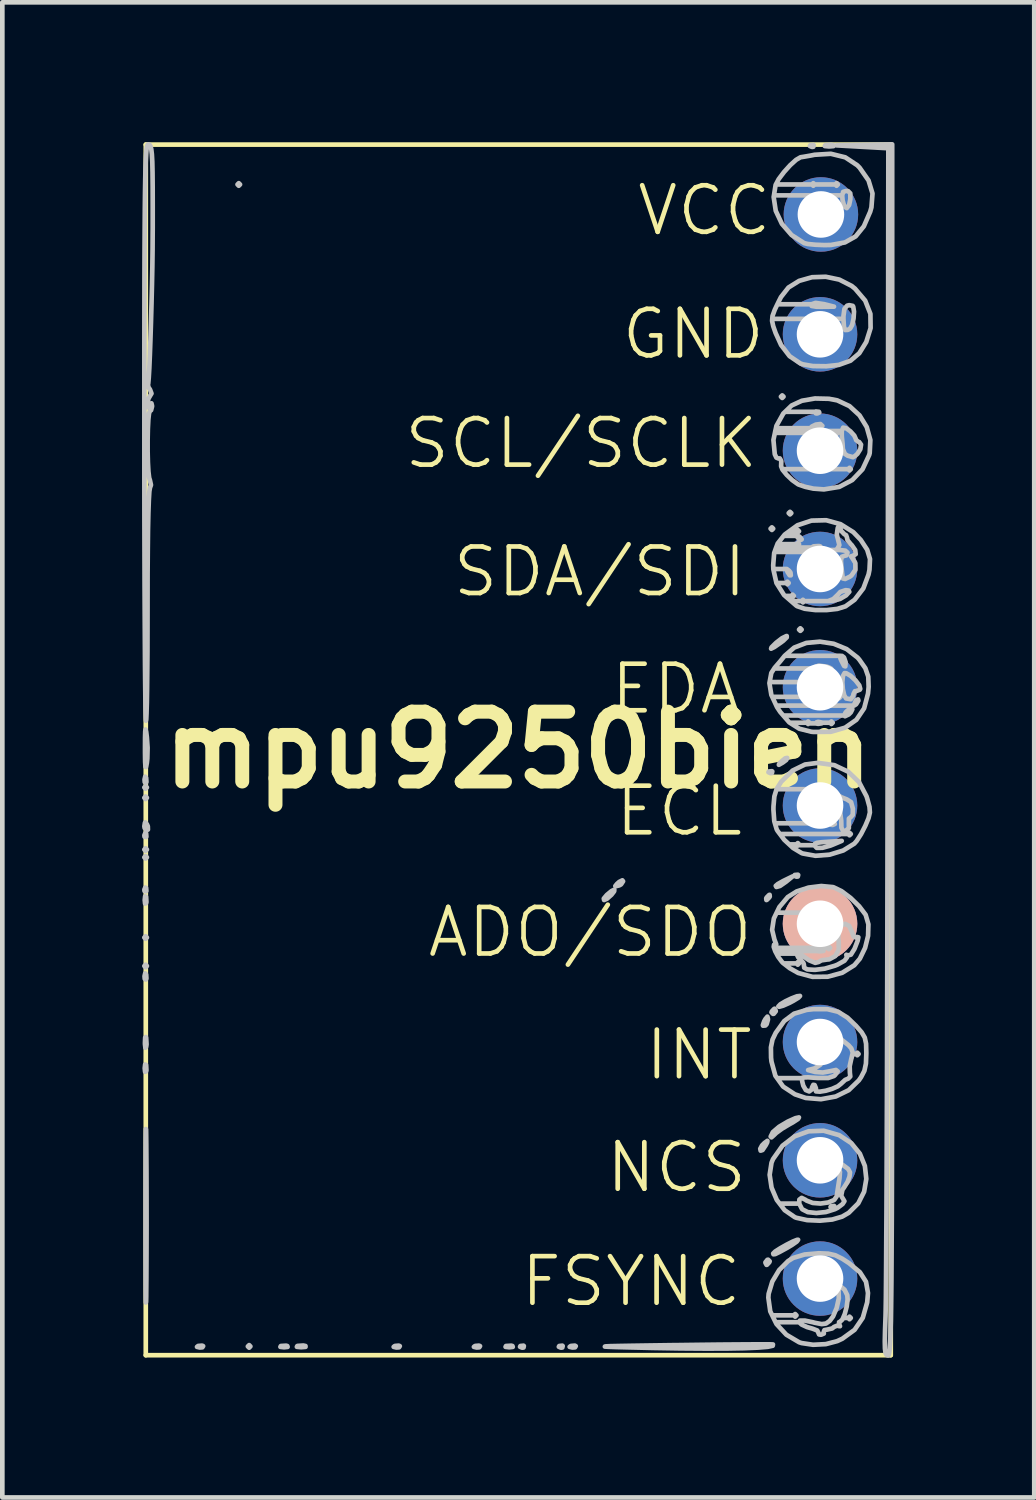
<source format=kicad_pcb>
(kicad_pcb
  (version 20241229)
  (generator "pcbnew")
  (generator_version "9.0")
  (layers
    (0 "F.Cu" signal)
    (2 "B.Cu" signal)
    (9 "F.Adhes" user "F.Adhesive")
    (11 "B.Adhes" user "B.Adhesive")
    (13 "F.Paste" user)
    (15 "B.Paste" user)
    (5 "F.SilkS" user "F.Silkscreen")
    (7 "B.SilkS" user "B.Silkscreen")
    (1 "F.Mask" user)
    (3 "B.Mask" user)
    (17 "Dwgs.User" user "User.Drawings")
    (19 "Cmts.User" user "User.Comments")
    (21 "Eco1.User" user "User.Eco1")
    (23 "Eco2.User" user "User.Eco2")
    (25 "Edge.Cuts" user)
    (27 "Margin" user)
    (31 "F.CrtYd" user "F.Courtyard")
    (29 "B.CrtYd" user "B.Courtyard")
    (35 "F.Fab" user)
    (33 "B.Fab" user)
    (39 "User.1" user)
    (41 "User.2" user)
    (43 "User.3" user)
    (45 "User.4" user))
  (footprint "mpu9250bien"
    (layer "F.Cu")
    (at 8.081 13.056)
    (property "Reference" "mpu9250bien" (at 0 0 0) (layer "F.SilkS") (effects (font (size 1.5 1.5) (thickness 0.3))))
    (attr board_only exclude_from_pos_files exclude_from_bom)
    (fp_line (start -8 -13) (end -8 13) (stroke (width 0.1) (type default)) (layer "F.SilkS"))
    (fp_line (start -8 13) (end 8 13) (stroke (width 0.1) (type default)) (layer "F.SilkS"))
    (fp_line (start 8 -13) (end -8 -13) (stroke (width 0.1) (type default)) (layer "F.SilkS"))
    (fp_line (start 8 13) (end 8 -13) (stroke (width 0.1) (type default)) (layer "F.SilkS"))
    (fp_poly (pts (xy -7.976 0.806) (xy -8.004 0.834) (xy -8.031 0.806) (xy -8.004 0.778)) (stroke (width 0.1) (type solid)) (fill no) (layer "Dwgs.User"))
    (fp_poly (pts (xy -7.976 1.028) (xy -8.004 1.056) (xy -8.031 1.028) (xy -8.004 1)) (stroke (width 0.1) (type solid)) (fill no) (layer "Dwgs.User"))
    (fp_poly (pts (xy -7.976 2.14) (xy -8.004 2.168) (xy -8.031 2.14) (xy -8.004 2.112)) (stroke (width 0.1) (type solid)) (fill no) (layer "Dwgs.User"))
    (fp_poly (pts (xy -7.976 2.307) (xy -8.004 2.334) (xy -8.031 2.307) (xy -8.004 2.279)) (stroke (width 0.1) (type solid)) (fill no) (layer "Dwgs.User"))
    (fp_poly (pts (xy -7.976 4.03) (xy -8.004 4.057) (xy -8.031 4.03) (xy -8.004 4.002)) (stroke (width 0.1) (type solid)) (fill no) (layer "Dwgs.User"))
    (fp_poly (pts (xy -7.976 4.641) (xy -8.004 4.669) (xy -8.031 4.641) (xy -8.004 4.613)) (stroke (width 0.1) (type solid)) (fill no) (layer "Dwgs.User"))
    (fp_poly (pts (xy -5.975 -12.144) (xy -6.003 -12.116) (xy -6.03 -12.144) (xy -6.003 -12.172)) (stroke (width 0.1) (type solid)) (fill no) (layer "Dwgs.User"))
    (fp_poly (pts (xy -5.753 12.811) (xy -5.78 12.839) (xy -5.808 12.811) (xy -5.78 12.783)) (stroke (width 0.1) (type solid)) (fill no) (layer "Dwgs.User"))
    (fp_poly (pts (xy 5.475 -4.752) (xy 5.447 -4.724) (xy 5.419 -4.752) (xy 5.447 -4.78)) (stroke (width 0.1) (type solid)) (fill no) (layer "Dwgs.User"))
    (fp_poly (pts (xy 5.697 -7.587) (xy 5.669 -7.559) (xy 5.641 -7.587) (xy 5.669 -7.614)) (stroke (width 0.1) (type solid)) (fill no) (layer "Dwgs.User"))
    (fp_poly (pts (xy 5.864 -5.086) (xy 5.836 -5.058) (xy 5.808 -5.086) (xy 5.836 -5.113)) (stroke (width 0.1) (type solid)) (fill no) (layer "Dwgs.User"))
    (fp_poly (pts (xy 6.086 -2.584) (xy 6.058 -2.557) (xy 6.03 -2.584) (xy 6.058 -2.612)) (stroke (width 0.1) (type solid)) (fill no) (layer "Dwgs.User"))
    (fp_poly (pts (xy -7.994 3.154) (xy -7.987 3.268) (xy -7.994 3.293) (xy -8.015 3.3) (xy -8.023 3.224) (xy -8.014 3.145)) (stroke (width 0.1) (type solid)) (fill no) (layer "Dwgs.User"))
    (fp_poly (pts (xy -7.994 6.767) (xy -7.987 6.881) (xy -7.994 6.906) (xy -8.015 6.913) (xy -8.023 6.836) (xy -8.014 6.757)) (stroke (width 0.1) (type solid)) (fill no) (layer "Dwgs.User"))
    (fp_poly (pts (xy -7.994 1.797) (xy -7.988 1.863) (xy -7.994 1.871) (xy -8.027 1.864) (xy -8.031 1.834) (xy -8.011 1.788)) (stroke (width 0.1) (type solid)) (fill no) (layer "Dwgs.User"))
    (fp_poly (pts (xy -7.994 2.964) (xy -7.988 3.03) (xy -7.994 3.038) (xy -8.027 3.031) (xy -8.031 3.001) (xy -8.011 2.956)) (stroke (width 0.1) (type solid)) (fill no) (layer "Dwgs.User"))
    (fp_poly (pts (xy -7.993 0.601) (xy -7.987 0.688) (xy -7.998 0.707) (xy -8.023 0.691) (xy -8.027 0.635) (xy -8.013 0.575)) (stroke (width 0.1) (type solid)) (fill no) (layer "Dwgs.User"))
    (fp_poly (pts (xy -7.993 4.825) (xy -7.987 4.912) (xy -7.998 4.932) (xy -8.023 4.915) (xy -8.027 4.859) (xy -8.013 4.799)) (stroke (width 0.1) (type solid)) (fill no) (layer "Dwgs.User"))
    (fp_poly (pts (xy -6.768 12.805) (xy -6.785 12.831) (xy -6.841 12.835) (xy -6.9 12.821) (xy -6.875 12.801) (xy -6.788 12.794)) (stroke (width 0.1) (type solid)) (fill no) (layer "Dwgs.User"))
    (fp_poly (pts (xy -4.961 12.802) (xy -4.954 12.822) (xy -5.03 12.83) (xy -5.109 12.821) (xy -5.099 12.802) (xy -4.986 12.795)) (stroke (width 0.1) (type solid)) (fill no) (layer "Dwgs.User"))
    (fp_poly (pts (xy -2.544 12.805) (xy -2.561 12.831) (xy -2.617 12.835) (xy -2.676 12.821) (xy -2.65 12.801) (xy -2.564 12.794)) (stroke (width 0.1) (type solid)) (fill no) (layer "Dwgs.User"))
    (fp_poly (pts (xy -0.821 12.805) (xy -0.838 12.831) (xy -0.894 12.835) (xy -0.953 12.821) (xy -0.927 12.801) (xy -0.841 12.794)) (stroke (width 0.1) (type solid)) (fill no) (layer "Dwgs.User"))
    (fp_poly (pts (xy -0.125 12.802) (xy -0.118 12.822) (xy -0.195 12.83) (xy -0.273 12.821) (xy -0.264 12.802) (xy -0.15 12.795)) (stroke (width 0.1) (type solid)) (fill no) (layer "Dwgs.User"))
    (fp_poly (pts (xy 0.12 12.802) (xy 0.113 12.835) (xy 0.083 12.839) (xy 0.038 12.819) (xy 0.046 12.802) (xy 0.112 12.795)) (stroke (width 0.1) (type solid)) (fill no) (layer "Dwgs.User"))
    (fp_poly (pts (xy 0.954 12.802) (xy 0.946 12.835) (xy 0.917 12.839) (xy 0.871 12.819) (xy 0.88 12.802) (xy 0.946 12.795)) (stroke (width 0.1) (type solid)) (fill no) (layer "Dwgs.User"))
    (fp_poly (pts (xy 1.235 12.805) (xy 1.219 12.831) (xy 1.163 12.835) (xy 1.103 12.821) (xy 1.129 12.801) (xy 1.216 12.794)) (stroke (width 0.1) (type solid)) (fill no) (layer "Dwgs.User"))
    (fp_poly (pts (xy 5.456 0.463) (xy 5.448 0.496) (xy 5.419 0.5) (xy 5.373 0.48) (xy 5.382 0.463) (xy 5.448 0.457)) (stroke (width 0.1) (type solid)) (fill no) (layer "Dwgs.User"))
    (fp_poly (pts (xy 6.012 2.686) (xy 6.004 2.719) (xy 5.975 2.723) (xy 5.929 2.703) (xy 5.938 2.686) (xy 6.004 2.68)) (stroke (width 0.1) (type solid)) (fill no) (layer "Dwgs.User"))
    (fp_poly (pts (xy 6.345 -12.987) (xy 6.338 -12.954) (xy 6.308 -12.95) (xy 6.263 -12.97) (xy 6.271 -12.987) (xy 6.337 -12.994)) (stroke (width 0.1) (type solid)) (fill no) (layer "Dwgs.User"))
    (fp_poly (pts (xy 6.79 9.801) (xy 6.782 9.834) (xy 6.753 9.838) (xy 6.707 9.817) (xy 6.716 9.801) (xy 6.782 9.794)) (stroke (width 0.1) (type solid)) (fill no) (layer "Dwgs.User"))
    (fp_poly (pts (xy 5.756 0.216) (xy 5.681 0.272) (xy 5.597 0.32) (xy 5.601 0.302) (xy 5.654 0.246) (xy 5.735 0.179) (xy 5.776 0.172)) (stroke (width 0.1) (type solid)) (fill no) (layer "Dwgs.User"))
    (fp_poly (pts (xy -7.993 6.183) (xy -7.984 6.324) (xy -7.993 6.378) (xy -8.009 6.395) (xy -8.018 6.318) (xy -8.018 6.281) (xy -8.013 6.179) (xy -7.998 6.167)) (stroke (width 0.1) (type solid)) (fill no) (layer "Dwgs.User"))
    (fp_poly (pts (xy -7.974 1.6) (xy -7.956 1.64) (xy -7.954 1.711) (xy -7.977 1.723) (xy -8.025 1.678) (xy -8.031 1.64) (xy -8.019 1.565) (xy -8.009 1.556)) (stroke (width 0.1) (type solid)) (fill no) (layer "Dwgs.User"))
    (fp_poly (pts (xy -4.57 12.802) (xy -4.569 12.821) (xy -4.656 12.828) (xy -4.669 12.828) (xy -4.755 12.82) (xy -4.747 12.803) (xy -4.737 12.8) (xy -4.616 12.792)) (stroke (width 0.1) (type solid)) (fill no) (layer "Dwgs.User"))
    (fp_poly (pts (xy 2.251 2.822) (xy 2.207 2.889) (xy 2.168 2.91) (xy 2.095 2.928) (xy 2.084 2.923) (xy 2.121 2.877) (xy 2.168 2.835) (xy 2.235 2.801)) (stroke (width 0.1) (type solid)) (fill no) (layer "Dwgs.User"))
    (fp_poly (pts (xy 5.347 8.428) (xy 5.315 8.49) (xy 5.246 8.594) (xy 5.205 8.607) (xy 5.197 8.566) (xy 5.235 8.495) (xy 5.289 8.441) (xy 5.351 8.396)) (stroke (width 0.1) (type solid)) (fill no) (layer "Dwgs.User"))
    (fp_poly (pts (xy 5.4 10.983) (xy 5.391 11.005) (xy 5.341 11.058) (xy 5.332 11.06) (xy 5.309 11.017) (xy 5.308 11.005) (xy 5.351 10.951) (xy 5.367 10.949)) (stroke (width 0.1) (type solid)) (fill no) (layer "Dwgs.User"))
    (fp_poly (pts (xy 5.402 3.148) (xy 5.391 3.168) (xy 5.339 3.221) (xy 5.329 3.224) (xy 5.325 3.188) (xy 5.336 3.168) (xy 5.388 3.115) (xy 5.398 3.112)) (stroke (width 0.1) (type solid)) (fill no) (layer "Dwgs.User"))
    (fp_poly (pts (xy 5.53 5.601) (xy 5.53 5.614) (xy 5.487 5.667) (xy 5.471 5.669) (xy 5.438 5.635) (xy 5.447 5.614) (xy 5.497 5.561) (xy 5.506 5.558)) (stroke (width 0.1) (type solid)) (fill no) (layer "Dwgs.User"))
    (fp_poly (pts (xy 5.753 2.83) (xy 5.621 2.922) (xy 5.544 2.944) (xy 5.53 2.919) (xy 5.575 2.88) (xy 5.685 2.818) (xy 5.711 2.805) (xy 5.891 2.717)) (stroke (width 0.1) (type solid)) (fill no) (layer "Dwgs.User"))
    (fp_poly (pts (xy 6.768 -12.987) (xy 6.77 -12.968) (xy 6.683 -12.961) (xy 6.67 -12.961) (xy 6.583 -12.969) (xy 6.592 -12.986) (xy 6.601 -12.989) (xy 6.722 -12.997)) (stroke (width 0.1) (type solid)) (fill no) (layer "Dwgs.User"))
    (fp_poly (pts (xy 2.06 3.036) (xy 2.001 3.112) (xy 1.906 3.196) (xy 1.843 3.224) (xy 1.837 3.192) (xy 1.9 3.117) (xy 1.905 3.112) (xy 2.002 3.032) (xy 2.063 3.001)) (stroke (width 0.1) (type solid)) (fill no) (layer "Dwgs.User"))
    (fp_poly (pts (xy 5.362 5.778) (xy 5.363 5.791) (xy 5.334 5.891) (xy 5.308 5.919) (xy 5.257 5.923) (xy 5.253 5.909) (xy 5.281 5.828) (xy 5.308 5.78) (xy 5.351 5.728)) (stroke (width 0.1) (type solid)) (fill no) (layer "Dwgs.User"))
    (fp_poly (pts (xy 5.766 -2.417) (xy 5.693 -2.346) (xy 5.641 -2.307) (xy 5.5 -2.209) (xy 5.43 -2.174) (xy 5.438 -2.202) (xy 5.531 -2.294) (xy 5.547 -2.308) (xy 5.665 -2.399) (xy 5.756 -2.444) (xy 5.766 -2.446)) (stroke (width 0.1) (type solid)) (fill no) (layer "Dwgs.User"))
    (fp_poly (pts (xy 6.051 5.285) (xy 6.018 5.321) (xy 5.912 5.386) (xy 5.828 5.431) (xy 5.689 5.493) (xy 5.602 5.517) (xy 5.586 5.509) (xy 5.63 5.463) (xy 5.738 5.399) (xy 5.87 5.336) (xy 5.987 5.291) (xy 6.05 5.284)) (stroke (width 0.1) (type solid)) (fill no) (layer "Dwgs.User"))
    (fp_poly (pts (xy -7.992 -0.386) (xy -7.977 -0.276) (xy -7.961 -0.046) (xy -7.967 0.186) (xy -7.977 0.28) (xy -7.995 0.367) (xy -8.007 0.362) (xy -8.014 0.26) (xy -8.017 0.054) (xy -8.017 -0.028) (xy -8.016 -0.266) (xy -8.012 -0.4) (xy -8.005 -0.438)) (stroke (width 0.1) (type solid)) (fill no) (layer "Dwgs.User"))
    (fp_poly (pts (xy 5.981 10.56) (xy 5.878 10.632) (xy 5.776 10.693) (xy 5.61 10.784) (xy 5.519 10.828) (xy 5.481 10.833) (xy 5.475 10.816) (xy 5.518 10.773) (xy 5.626 10.704) (xy 5.764 10.626) (xy 5.896 10.559) (xy 5.989 10.522) (xy 6.01 10.521)) (stroke (width 0.1) (type solid)) (fill no) (layer "Dwgs.User"))
    (fp_poly (pts (xy 6.009 7.927) (xy 5.892 8.003) (xy 5.833 8.035) (xy 5.668 8.133) (xy 5.538 8.228) (xy 5.493 8.272) (xy 5.438 8.321) (xy 5.421 8.304) (xy 5.468 8.208) (xy 5.603 8.093) (xy 5.791 7.982) (xy 5.954 7.909) (xy 6.028 7.893)) (stroke (width 0.1) (type solid)) (fill no) (layer "Dwgs.User"))
    (fp_poly (pts (xy -7.995 8.151) (xy -7.993 8.261) (xy -7.99 8.478) (xy -7.99 8.49) (xy -7.986 9.006) (xy -7.984 9.591) (xy -7.983 10.204) (xy -7.985 10.804) (xy -7.988 11.349) (xy -7.99 11.519) (xy -7.992 11.74) (xy -7.995 11.855) (xy -7.998 11.867) (xy -8 11.781) (xy -8.002 11.601) (xy -8.003 11.331) (xy -8.004 10.976) (xy -8.005 10.54) (xy -8.005 10.027) (xy -8.005 10.004) (xy -8.005 9.488) (xy -8.004 9.049) (xy -8.003 8.691) (xy -8.002 8.417) (xy -8 8.233) (xy -7.998 8.143)) (stroke (width 0.1) (type solid)) (fill no) (layer "Dwgs.User"))
    (fp_poly (pts (xy 5.415 12.767) (xy 5.47 12.769) (xy 5.465 12.797) (xy 5.357 12.82) (xy 5.15 12.837) (xy 4.852 12.85) (xy 4.469 12.857) (xy 4.009 12.858) (xy 3.477 12.854) (xy 2.881 12.844) (xy 2.64 12.838) (xy 2.332 12.831) (xy 2.097 12.825) (xy 1.938 12.819) (xy 1.86 12.815) (xy 1.867 12.811) (xy 1.964 12.806) (xy 2.153 12.802) (xy 2.44 12.797) (xy 2.829 12.791) (xy 3.325 12.784) (xy 3.446 12.783) (xy 3.906 12.777) (xy 4.331 12.772) (xy 4.706 12.769) (xy 5.02 12.767) (xy 5.261 12.766)) (stroke (width 0.1) (type solid)) (fill no) (layer "Dwgs.User"))
    (fp_poly (pts (xy 6.895 -10.101) (xy 7.157 -9.967) (xy 7.231 -9.908) (xy 7.451 -9.65) (xy 7.563 -9.365) (xy 7.567 -9.059) (xy 7.474 -8.762) (xy 7.324 -8.519) (xy 7.135 -8.359) (xy 6.884 -8.269) (xy 6.614 -8.24) (xy 6.328 -8.244) (xy 6.113 -8.281) (xy 6.058 -8.301) (xy 5.827 -8.457) (xy 5.645 -8.695) (xy 5.527 -8.954) (xy 5.475 -9.103) (xy 5.451 -9.215) (xy 5.46 -9.318) (xy 6.984 -9.318) (xy 6.984 -9.257) (xy 6.994 -9.091) (xy 7.021 -9.018) (xy 7.078 -9.021) (xy 7.126 -9.048) (xy 7.171 -9.127) (xy 7.201 -9.266) (xy 7.211 -9.414) (xy 7.194 -9.521) (xy 7.183 -9.537) (xy 7.107 -9.552) (xy 7.063 -9.541) (xy 7.005 -9.473) (xy 6.984 -9.318) (xy 5.46 -9.318) (xy 5.46 -9.32) (xy 5.508 -9.451) (xy 5.565 -9.571) (xy 6.297 -9.571) (xy 6.3 -9.535) (xy 6.404 -9.518) (xy 6.51 -9.517) (xy 6.781 -9.52) (xy 6.568 -9.574) (xy 6.386 -9.601) (xy 6.297 -9.571) (xy 5.565 -9.571) (xy 5.598 -9.639) (xy 5.642 -9.726) (xy 5.803 -9.931) (xy 6.033 -10.074) (xy 6.308 -10.152) (xy 6.604 -10.162)) (stroke (width 0.1) (type solid)) (fill no) (layer "Dwgs.User"))
    (fp_poly (pts (xy 8.031 0) (xy 8.031 1.425) (xy 8.031 2.743) (xy 8.031 3.958) (xy 8.03 5.074) (xy 8.03 6.095) (xy 8.029 7.026) (xy 8.028 7.871) (xy 8.026 8.633) (xy 8.025 9.318) (xy 8.023 9.928) (xy 8.02 10.468) (xy 8.017 10.942) (xy 8.014 11.355) (xy 8.01 11.71) (xy 8.006 12.012) (xy 8.002 12.265) (xy 7.996 12.472) (xy 7.991 12.638) (xy 7.984 12.768) (xy 7.978 12.864) (xy 7.97 12.932) (xy 7.962 12.976) (xy 7.953 12.999) (xy 7.943 13.006) (xy 7.943 13.006) (xy 7.91 12.995) (xy 7.887 12.952) (xy 7.875 12.86) (xy 7.872 12.705) (xy 7.877 12.469) (xy 7.888 12.158) (xy 7.891 12.021) (xy 7.895 11.779) (xy 7.898 11.436) (xy 7.901 10.999) (xy 7.904 10.473) (xy 7.908 9.863) (xy 7.911 9.175) (xy 7.914 8.415) (xy 7.917 7.587) (xy 7.92 6.699) (xy 7.922 5.754) (xy 7.925 4.759) (xy 7.927 3.718) (xy 7.929 2.639) (xy 7.931 1.525) (xy 7.933 0.384) (xy 7.935 -0.781) (xy 7.935 -0.806) (xy 7.948 -12.922) (xy 7.392 -12.953) (xy 6.836 -12.984) (xy 7.434 -12.995) (xy 8.031 -13.006)) (stroke (width 0.1) (type solid)) (fill no) (layer "Dwgs.User"))
    (fp_poly (pts (xy 7.023 -12.727) (xy 7.281 -12.556) (xy 7.331 -12.505) (xy 7.523 -12.23) (xy 7.608 -11.95) (xy 7.585 -11.653) (xy 7.559 -11.56) (xy 7.422 -11.246) (xy 7.246 -11.029) (xy 7.015 -10.899) (xy 6.715 -10.845) (xy 6.575 -10.842) (xy 6.377 -10.85) (xy 6.217 -10.866) (xy 6.142 -10.884) (xy 5.869 -11.059) (xy 5.662 -11.298) (xy 5.53 -11.578) (xy 5.485 -11.875) (xy 5.491 -11.91) (xy 6.957 -11.91) (xy 6.965 -11.808) (xy 7.002 -11.671) (xy 7.055 -11.637) (xy 7.106 -11.703) (xy 7.132 -11.829) (xy 7.131 -11.954) (xy 7.084 -12.001) (xy 7.046 -12.005) (xy 6.978 -11.986) (xy 6.957 -11.91) (xy 5.491 -11.91) (xy 5.527 -12.135) (xy 5.532 -12.144) (xy 6.308 -12.144) (xy 6.336 -12.116) (xy 6.364 -12.144) (xy 6.809 -12.144) (xy 6.836 -12.116) (xy 6.864 -12.144) (xy 6.836 -12.172) (xy 6.809 -12.144) (xy 6.364 -12.144) (xy 6.336 -12.172) (xy 6.308 -12.144) (xy 5.532 -12.144) (xy 5.593 -12.259) (xy 5.706 -12.409) (xy 5.839 -12.557) (xy 5.967 -12.673) (xy 6.063 -12.729) (xy 6.072 -12.73) (xy 6.148 -12.742) (xy 6.29 -12.767) (xy 6.364 -12.782) (xy 6.714 -12.803)) (stroke (width 0.1) (type solid)) (fill no) (layer "Dwgs.User"))
    (fp_poly (pts (xy 6.89 8.273) (xy 6.894 8.275) (xy 7.153 8.445) (xy 7.337 8.672) (xy 7.444 8.935) (xy 7.475 9.214) (xy 7.428 9.488) (xy 7.302 9.738) (xy 7.097 9.942) (xy 6.956 10.024) (xy 6.744 10.086) (xy 6.477 10.111) (xy 6.204 10.099) (xy 5.974 10.049) (xy 5.94 10.036) (xy 5.722 9.886) (xy 5.613 9.744) (xy 6.034 9.744) (xy 6.089 9.852) (xy 6.1 9.866) (xy 6.218 9.927) (xy 6.4 9.946) (xy 6.606 9.925) (xy 6.8 9.864) (xy 6.86 9.833) (xy 6.966 9.753) (xy 7.005 9.692) (xy 6.998 9.68) (xy 6.935 9.576) (xy 6.962 9.447) (xy 6.996 9.4) (xy 7.073 9.275) (xy 7.114 9.164) (xy 7.124 9.073) (xy 7.085 9) (xy 6.977 8.919) (xy 6.894 8.869) (xy 6.738 8.789) (xy 6.615 8.747) (xy 6.57 8.746) (xy 6.545 8.771) (xy 6.586 8.779) (xy 6.687 8.817) (xy 6.801 8.895) (xy 6.879 8.974) (xy 6.909 9.062) (xy 6.899 9.202) (xy 6.888 9.268) (xy 6.862 9.435) (xy 6.844 9.556) (xy 6.84 9.586) (xy 6.785 9.666) (xy 6.656 9.72) (xy 6.491 9.743) (xy 6.323 9.73) (xy 6.191 9.679) (xy 6.172 9.664) (xy 6.086 9.621) (xy 6.037 9.658) (xy 6.034 9.744) (xy 5.613 9.744) (xy 5.552 9.665) (xy 5.44 9.401) (xy 5.399 9.125) (xy 5.439 8.866) (xy 5.471 8.789) (xy 5.674 8.501) (xy 5.935 8.3) (xy 6.235 8.191) (xy 6.559 8.179)) (stroke (width 0.1) (type solid)) (fill no) (layer "Dwgs.User"))
    (fp_poly (pts (xy 6.657 10.819) (xy 6.808 10.853) (xy 6.959 10.928) (xy 7.108 11.026) (xy 7.338 11.218) (xy 7.468 11.422) (xy 7.511 11.663) (xy 7.494 11.864) (xy 7.399 12.197) (xy 7.223 12.455) (xy 6.96 12.646) (xy 6.851 12.697) (xy 6.606 12.762) (xy 6.332 12.776) (xy 6.084 12.739) (xy 6.032 12.722) (xy 5.758 12.56) (xy 5.546 12.331) (xy 5.526 12.291) (xy 6.029 12.291) (xy 6.088 12.343) (xy 6.203 12.396) (xy 6.321 12.43) (xy 6.421 12.469) (xy 6.443 12.512) (xy 6.46 12.554) (xy 6.503 12.561) (xy 6.563 12.535) (xy 6.558 12.505) (xy 6.575 12.461) (xy 6.635 12.45) (xy 6.743 12.425) (xy 6.781 12.393) (xy 6.851 12.364) (xy 6.877 12.374) (xy 6.91 12.377) (xy 6.897 12.347) (xy 6.889 12.29) (xy 6.908 12.283) (xy 6.961 12.234) (xy 6.976 12.2) (xy 7.086 12.2) (xy 7.114 12.228) (xy 7.142 12.2) (xy 7.114 12.172) (xy 7.086 12.2) (xy 6.976 12.2) (xy 7.013 12.112) (xy 7.054 11.956) (xy 7.073 11.803) (xy 7.066 11.711) (xy 7.007 11.592) (xy 6.941 11.538) (xy 6.877 11.534) (xy 6.879 11.61) (xy 6.88 11.614) (xy 6.884 11.78) (xy 6.839 11.982) (xy 6.761 12.167) (xy 6.689 12.263) (xy 6.609 12.32) (xy 6.517 12.332) (xy 6.371 12.304) (xy 6.326 12.292) (xy 6.152 12.256) (xy 6.049 12.257) (xy 6.029 12.291) (xy 5.526 12.291) (xy 5.454 12.144) (xy 5.919 12.144) (xy 5.947 12.172) (xy 5.975 12.144) (xy 5.947 12.116) (xy 5.919 12.144) (xy 5.454 12.144) (xy 5.412 12.058) (xy 5.371 11.764) (xy 5.377 11.681) (xy 5.456 11.418) (xy 5.603 11.171) (xy 5.795 10.978) (xy 5.904 10.911) (xy 6.15 10.837) (xy 6.456 10.811)) (stroke (width 0.1) (type solid)) (fill no) (layer "Dwgs.User"))
    (fp_poly (pts (xy 6.673 -7.541) (xy 6.851 -7.507) (xy 7.114 -7.384) (xy 7.33 -7.185) (xy 7.484 -6.934) (xy 7.562 -6.656) (xy 7.548 -6.376) (xy 7.537 -6.334) (xy 7.393 -6.026) (xy 7.174 -5.796) (xy 6.894 -5.649) (xy 6.565 -5.595) (xy 6.336 -5.612) (xy 6.163 -5.65) (xy 6.021 -5.699) (xy 6.003 -5.709) (xy 5.884 -5.794) (xy 5.765 -5.907) (xy 5.675 -6.018) (xy 5.67 -6.03) (xy 7.086 -6.03) (xy 7.114 -6.003) (xy 7.142 -6.03) (xy 7.114 -6.058) (xy 7.086 -6.03) (xy 5.67 -6.03) (xy 5.645 -6.092) (xy 5.649 -6.206) (xy 5.617 -6.261) (xy 5.592 -6.257) (xy 5.543 -6.278) (xy 5.509 -6.351) (xy 5.48 -6.658) (xy 5.512 -6.809) (xy 6.809 -6.809) (xy 6.836 -6.781) (xy 6.864 -6.809) (xy 6.836 -6.836) (xy 6.809 -6.809) (xy 5.512 -6.809) (xy 5.52 -6.849) (xy 6.947 -6.849) (xy 6.948 -6.738) (xy 6.965 -6.575) (xy 6.971 -6.465) (xy 7.014 -6.358) (xy 7.073 -6.319) (xy 7.164 -6.294) (xy 7.188 -6.287) (xy 7.236 -6.315) (xy 7.285 -6.36) (xy 7.347 -6.459) (xy 7.362 -6.557) (xy 7.323 -6.612) (xy 7.309 -6.614) (xy 7.255 -6.656) (xy 7.253 -6.67) (xy 7.217 -6.751) (xy 7.133 -6.843) (xy 7.04 -6.91) (xy 6.977 -6.921) (xy 6.947 -6.849) (xy 5.52 -6.849) (xy 5.534 -6.91) (xy 6.272 -6.91) (xy 6.332 -6.902) (xy 6.378 -6.905) (xy 6.489 -6.927) (xy 6.531 -6.96) (xy 6.489 -6.999) (xy 6.391 -6.987) (xy 6.308 -6.947) (xy 6.272 -6.91) (xy 5.534 -6.91) (xy 5.544 -6.959) (xy 5.692 -7.225) (xy 5.731 -7.262) (xy 6.382 -7.262) (xy 6.39 -7.229) (xy 6.419 -7.225) (xy 6.465 -7.246) (xy 6.457 -7.262) (xy 6.391 -7.269) (xy 6.382 -7.262) (xy 5.731 -7.262) (xy 5.871 -7.397) (xy 6.091 -7.499) (xy 6.372 -7.548)) (stroke (width 0.1) (type solid)) (fill no) (layer "Dwgs.User"))
    (fp_poly (pts (xy -7.921 -12.998) (xy -7.899 -12.967) (xy -7.882 -12.902) (xy -7.869 -12.793) (xy -7.86 -12.629) (xy -7.855 -12.399) (xy -7.852 -12.092) (xy -7.851 -11.698) (xy -7.851 -11.206) (xy -7.852 -11.088) (xy -7.854 -10.755) (xy -7.859 -10.383) (xy -7.867 -9.988) (xy -7.877 -9.584) (xy -7.888 -9.188) (xy -7.9 -8.815) (xy -7.912 -8.481) (xy -7.924 -8.201) (xy -7.936 -7.992) (xy -7.947 -7.868) (xy -7.953 -7.842) (xy -7.941 -7.787) (xy -7.909 -7.74) (xy -7.877 -7.655) (xy -7.896 -7.624) (xy -7.942 -7.545) (xy -7.964 -7.448) (xy -7.968 -7.359) (xy -7.941 -7.369) (xy -7.923 -7.392) (xy -7.878 -7.444) (xy -7.866 -7.393) (xy -7.865 -7.378) (xy -7.886 -7.296) (xy -7.91 -7.281) (xy -7.93 -7.23) (xy -7.945 -7.092) (xy -7.955 -6.893) (xy -7.96 -6.657) (xy -7.96 -6.409) (xy -7.954 -6.174) (xy -7.943 -5.977) (xy -7.927 -5.843) (xy -7.912 -5.798) (xy -7.888 -5.689) (xy -7.91 -5.631) (xy -7.923 -5.552) (xy -7.934 -5.369) (xy -7.944 -5.092) (xy -7.952 -4.729) (xy -7.957 -4.287) (xy -7.961 -3.776) (xy -7.962 -3.203) (xy -7.962 -3.097) (xy -7.963 -2.587) (xy -7.964 -2.113) (xy -7.968 -1.684) (xy -7.972 -1.312) (xy -7.977 -1.01) (xy -7.984 -0.788) (xy -7.991 -0.658) (xy -7.996 -0.628) (xy -8 -0.678) (xy -8.005 -0.832) (xy -8.009 -1.083) (xy -8.013 -1.424) (xy -8.017 -1.848) (xy -8.02 -2.349) (xy -8.023 -2.919) (xy -8.026 -3.551) (xy -8.028 -4.238) (xy -8.03 -4.974) (xy -8.031 -5.751) (xy -8.031 -6.562) (xy -8.031 -6.799) (xy -8.031 -7.771) (xy -8.031 -8.637) (xy -8.03 -9.405) (xy -8.029 -10.078) (xy -8.027 -10.664) (xy -8.024 -11.168) (xy -8.021 -11.596) (xy -8.017 -11.955) (xy -8.012 -12.249) (xy -8.007 -12.485) (xy -8 -12.668) (xy -7.992 -12.805) (xy -7.983 -12.901) (xy -7.973 -12.963) (xy -7.961 -12.996) (xy -7.948 -13.006) (xy -7.948 -13.006)) (stroke (width 0.1) (type solid)) (fill no) (layer "Dwgs.User"))
    (fp_poly (pts (xy 6.787 0.327) (xy 7.086 0.468) (xy 7.32 0.694) (xy 7.479 0.996) (xy 7.496 1.049) (xy 7.543 1.221) (xy 7.552 1.344) (xy 7.522 1.468) (xy 7.454 1.629) (xy 7.362 1.808) (xy 7.268 1.955) (xy 7.217 2.013) (xy 6.98 2.16) (xy 6.687 2.25) (xy 6.382 2.274) (xy 6.107 2.224) (xy 6.086 2.216) (xy 5.901 2.105) (xy 5.819 2.029) (xy 5.975 2.029) (xy 6.003 2.056) (xy 6.364 2.056) (xy 6.41 2.104) (xy 6.531 2.103) (xy 6.705 2.055) (xy 6.76 2.033) (xy 6.947 1.954) (xy 6.697 1.97) (xy 6.513 1.983) (xy 6.413 1.996) (xy 6.372 2.015) (xy 6.364 2.047) (xy 6.364 2.056) (xy 6.003 2.056) (xy 6.03 2.029) (xy 6.003 2.001) (xy 5.975 2.029) (xy 5.819 2.029) (xy 5.713 1.931) (xy 5.619 1.806) (xy 7.086 1.806) (xy 7.114 1.834) (xy 7.142 1.806) (xy 7.114 1.779) (xy 7.086 1.806) (xy 5.619 1.806) (xy 5.567 1.737) (xy 5.55 1.706) (xy 5.511 1.575) (xy 6.716 1.575) (xy 6.724 1.608) (xy 6.753 1.612) (xy 6.799 1.591) (xy 6.79 1.575) (xy 6.724 1.568) (xy 6.716 1.575) (xy 5.511 1.575) (xy 5.498 1.53) (xy 5.48 1.282) (xy 5.481 1.216) (xy 5.5 0.998) (xy 5.547 0.844) (xy 6.336 0.844) (xy 6.505 0.893) (xy 6.699 0.972) (xy 6.828 1.089) (xy 6.903 1.265) (xy 6.936 1.518) (xy 6.94 1.673) (xy 6.979 1.74) (xy 7.033 1.739) (xy 7.1 1.678) (xy 7.099 1.58) (xy 7.101 1.474) (xy 7.139 1.445) (xy 7.183 1.396) (xy 7.187 1.265) (xy 7.148 1.122) (xy 7.059 1.064) (xy 7.059 1.064) (xy 6.934 1.014) (xy 6.815 0.938) (xy 6.66 0.863) (xy 6.509 0.839) (xy 6.336 0.844) (xy 5.547 0.844) (xy 5.548 0.84) (xy 5.641 0.693) (xy 5.654 0.677) (xy 5.891 0.444) (xy 6.16 0.313) (xy 6.434 0.278)) (stroke (width 0.1) (type solid)) (fill no) (layer "Dwgs.User"))
    (fp_poly (pts (xy 6.64 5.568) (xy 6.869 5.624) (xy 7.071 5.75) (xy 7.252 5.924) (xy 7.375 6.065) (xy 7.442 6.179) (xy 7.47 6.31) (xy 7.475 6.505) (xy 7.475 6.521) (xy 7.467 6.737) (xy 7.434 6.891) (xy 7.362 7.029) (xy 7.314 7.098) (xy 7.097 7.308) (xy 6.818 7.444) (xy 6.501 7.502) (xy 6.174 7.475) (xy 5.942 7.397) (xy 5.689 7.231) (xy 5.559 7.049) (xy 6.087 7.049) (xy 6.1 7.127) (xy 6.121 7.211) (xy 6.175 7.305) (xy 6.248 7.335) (xy 6.301 7.295) (xy 6.308 7.25) (xy 6.336 7.193) (xy 6.365 7.198) (xy 6.394 7.268) (xy 6.384 7.293) (xy 6.394 7.334) (xy 6.477 7.34) (xy 6.603 7.32) (xy 6.742 7.279) (xy 6.862 7.225) (xy 6.928 7.173) (xy 7.021 7.087) (xy 7.088 7.059) (xy 7.131 7.014) (xy 7.122 6.934) (xy 7.118 6.793) (xy 7.152 6.636) (xy 7.178 6.531) (xy 7.253 6.531) (xy 7.281 6.558) (xy 7.309 6.531) (xy 7.281 6.503) (xy 7.253 6.531) (xy 7.178 6.531) (xy 7.185 6.504) (xy 7.153 6.41) (xy 7.093 6.342) (xy 6.906 6.193) (xy 6.699 6.084) (xy 6.505 6.03) (xy 6.398 6.034) (xy 6.291 6.078) (xy 6.253 6.124) (xy 6.296 6.152) (xy 6.364 6.142) (xy 6.453 6.137) (xy 6.475 6.197) (xy 6.499 6.259) (xy 6.525 6.256) (xy 6.583 6.26) (xy 6.609 6.345) (xy 6.6 6.485) (xy 6.571 6.598) (xy 6.484 6.765) (xy 6.364 6.84) (xy 6.225 6.876) (xy 6.377 6.917) (xy 6.542 6.929) (xy 6.696 6.901) (xy 6.823 6.874) (xy 6.861 6.904) (xy 6.804 6.983) (xy 6.78 7.004) (xy 6.653 7.047) (xy 6.43 7.046) (xy 6.391 7.043) (xy 6.224 7.032) (xy 6.114 7.036) (xy 6.087 7.049) (xy 5.559 7.049) (xy 5.522 6.998) (xy 5.438 6.692) (xy 5.429 6.609) (xy 5.426 6.388) (xy 5.46 6.222) (xy 5.529 6.077) (xy 5.711 5.824) (xy 5.923 5.665) (xy 6.193 5.584) (xy 6.346 5.567)) (stroke (width 0.1) (type solid)) (fill no) (layer "Dwgs.User"))
    (fp_poly (pts (xy 6.756 2.946) (xy 6.773 2.951) (xy 6.943 3.033) (xy 7.138 3.179) (xy 7.321 3.357) (xy 7.457 3.536) (xy 7.462 3.545) (xy 7.52 3.745) (xy 7.513 3.993) (xy 7.449 4.251) (xy 7.337 4.483) (xy 7.217 4.625) (xy 6.957 4.787) (xy 6.646 4.871) (xy 6.32 4.874) (xy 6.013 4.791) (xy 6.003 4.786) (xy 5.832 4.689) (xy 5.698 4.585) (xy 5.975 4.585) (xy 6.003 4.613) (xy 6.03 4.585) (xy 6.003 4.558) (xy 5.975 4.585) (xy 5.698 4.585) (xy 5.687 4.577) (xy 5.662 4.551) (xy 5.581 4.442) (xy 5.546 4.375) (xy 5.975 4.375) (xy 6.013 4.456) (xy 6.056 4.5) (xy 6.123 4.574) (xy 6.133 4.605) (xy 6.141 4.678) (xy 6.207 4.714) (xy 6.357 4.723) (xy 6.378 4.723) (xy 6.582 4.698) (xy 6.799 4.635) (xy 6.854 4.613) (xy 7.006 4.528) (xy 7.059 4.457) (xy 7.054 4.439) (xy 7.046 4.4) (xy 7.079 4.414) (xy 7.144 4.397) (xy 7.218 4.278) (xy 7.227 4.258) (xy 7.289 4.099) (xy 7.304 4.024) (xy 7.275 4.018) (xy 7.253 4.03) (xy 7.204 4.008) (xy 7.165 3.908) (xy 7.164 3.906) (xy 7.106 3.78) (xy 7.016 3.735) (xy 6.93 3.776) (xy 6.886 3.867) (xy 6.871 4.022) (xy 6.882 4.119) (xy 6.883 4.291) (xy 6.808 4.428) (xy 6.676 4.499) (xy 6.636 4.502) (xy 6.511 4.52) (xy 6.448 4.556) (xy 6.378 4.573) (xy 6.248 4.519) (xy 6.077 4.4) (xy 6.072 4.396) (xy 5.998 4.357) (xy 5.975 4.375) (xy 5.546 4.375) (xy 5.519 4.325) (xy 5.517 4.319) (xy 6.399 4.319) (xy 6.475 4.326) (xy 6.554 4.318) (xy 6.545 4.298) (xy 6.431 4.291) (xy 6.406 4.298) (xy 6.399 4.319) (xy 5.517 4.319) (xy 5.494 4.252) (xy 6.642 4.252) (xy 6.67 4.28) (xy 6.697 4.252) (xy 6.67 4.224) (xy 6.642 4.252) (xy 5.494 4.252) (xy 5.486 4.23) (xy 5.494 4.183) (xy 5.522 4.191) (xy 5.541 4.176) (xy 5.509 4.09) (xy 5.503 4.078) (xy 5.452 3.864) (xy 5.489 3.621) (xy 5.549 3.496) (xy 6.284 3.496) (xy 6.3 3.528) (xy 6.35 3.523) (xy 6.472 3.522) (xy 6.614 3.551) (xy 6.757 3.594) (xy 6.807 3.599) (xy 6.775 3.564) (xy 6.728 3.528) (xy 6.603 3.47) (xy 6.455 3.447) (xy 6.33 3.463) (xy 6.284 3.496) (xy 5.549 3.496) (xy 5.608 3.374) (xy 5.789 3.159) (xy 5.98 3.039) (xy 6.234 2.957) (xy 6.507 2.923)) (stroke (width 0.1) (type solid)) (fill no) (layer "Dwgs.User"))
    (fp_poly (pts (xy 6.774 -2.28) (xy 7.052 -2.166) (xy 7.287 -1.983) (xy 7.325 -1.939) (xy 7.454 -1.755) (xy 7.517 -1.574) (xy 7.525 -1.354) (xy 7.512 -1.212) (xy 7.428 -0.893) (xy 7.262 -0.647) (xy 7.02 -0.478) (xy 6.71 -0.389) (xy 6.336 -0.386) (xy 6.295 -0.39) (xy 6.036 -0.455) (xy 5.831 -0.584) (xy 6.197 -0.584) (xy 6.225 -0.556) (xy 6.238 -0.569) (xy 6.388 -0.569) (xy 6.443 -0.56) (xy 6.515 -0.57) (xy 6.515 -0.584) (xy 6.697 -0.584) (xy 6.725 -0.556) (xy 6.753 -0.584) (xy 6.725 -0.611) (xy 6.697 -0.584) (xy 6.515 -0.584) (xy 6.516 -0.589) (xy 6.441 -0.603) (xy 6.409 -0.594) (xy 6.388 -0.569) (xy 6.238 -0.569) (xy 6.253 -0.584) (xy 6.225 -0.611) (xy 6.197 -0.584) (xy 5.831 -0.584) (xy 5.821 -0.59) (xy 5.692 -0.739) (xy 6.997 -0.739) (xy 7.017 -0.723) (xy 7.096 -0.761) (xy 7.142 -0.806) (xy 7.175 -0.873) (xy 7.156 -0.889) (xy 7.077 -0.851) (xy 7.031 -0.806) (xy 6.997 -0.739) (xy 5.692 -0.739) (xy 5.627 -0.814) (xy 5.558 -0.918) (xy 5.542 -0.952) (xy 7.212 -0.952) (xy 7.253 -0.978) (xy 7.26 -0.986) (xy 7.304 -1.058) (xy 7.298 -1.085) (xy 7.257 -1.069) (xy 7.229 -1.017) (xy 7.212 -0.952) (xy 5.542 -0.952) (xy 5.455 -1.139) (xy 6.864 -1.139) (xy 6.892 -1.112) (xy 6.92 -1.139) (xy 6.892 -1.167) (xy 6.864 -1.139) (xy 5.455 -1.139) (xy 5.435 -1.182) (xy 5.394 -1.434) (xy 5.398 -1.457) (xy 6.96 -1.457) (xy 6.971 -1.306) (xy 7 -1.173) (xy 7.042 -1.105) (xy 7.141 -1.088) (xy 7.195 -1.163) (xy 7.198 -1.198) (xy 7.231 -1.262) (xy 7.26 -1.264) (xy 7.335 -1.293) (xy 7.345 -1.311) (xy 7.324 -1.388) (xy 7.244 -1.492) (xy 7.139 -1.59) (xy 7.043 -1.647) (xy 7.008 -1.65) (xy 6.972 -1.586) (xy 6.96 -1.457) (xy 5.398 -1.457) (xy 5.435 -1.653) (xy 5.497 -1.749) (xy 6.34 -1.749) (xy 6.384 -1.732) (xy 6.527 -1.729) (xy 6.531 -1.729) (xy 6.676 -1.733) (xy 6.722 -1.744) (xy 6.678 -1.769) (xy 6.63 -1.787) (xy 6.454 -1.811) (xy 6.38 -1.784) (xy 6.34 -1.749) (xy 5.497 -1.749) (xy 5.508 -1.766) (xy 5.623 -1.899) (xy 5.722 -2.021) (xy 6.908 -2.021) (xy 6.922 -1.956) (xy 6.941 -1.913) (xy 6.997 -1.804) (xy 7.024 -1.794) (xy 7.031 -1.882) (xy 7.031 -1.884) (xy 6.996 -1.986) (xy 6.955 -2.018) (xy 6.908 -2.021) (xy 5.722 -2.021) (xy 5.725 -2.024) (xy 5.927 -2.198) (xy 6.187 -2.298) (xy 6.477 -2.325)) (stroke (width 0.1) (type solid)) (fill no) (layer "Dwgs.User"))
    (fp_poly (pts (xy 6.92 -4.849) (xy 7.196 -4.677) (xy 7.355 -4.511) (xy 7.494 -4.299) (xy 7.554 -4.1) (xy 7.543 -3.869) (xy 7.523 -3.768) (xy 7.411 -3.469) (xy 7.223 -3.224) (xy 7.027 -3.083) (xy 6.853 -3.029) (xy 6.622 -3.003) (xy 6.375 -3.004) (xy 6.15 -3.032) (xy 5.988 -3.087) (xy 5.973 -3.097) (xy 5.859 -3.196) (xy 6.086 -3.196) (xy 6.114 -3.168) (xy 6.142 -3.196) (xy 6.648 -3.196) (xy 6.711 -3.198) (xy 6.75 -3.201) (xy 6.912 -3.243) (xy 7.04 -3.319) (xy 7.042 -3.321) (xy 7.11 -3.396) (xy 7.094 -3.423) (xy 7.031 -3.431) (xy 6.917 -3.393) (xy 6.864 -3.335) (xy 6.767 -3.241) (xy 6.684 -3.207) (xy 6.648 -3.196) (xy 6.142 -3.196) (xy 6.142 -3.196) (xy 6.114 -3.224) (xy 6.086 -3.196) (xy 5.859 -3.196) (xy 5.731 -3.307) (xy 5.864 -3.307) (xy 5.891 -3.279) (xy 5.919 -3.307) (xy 5.891 -3.335) (xy 5.864 -3.307) (xy 5.731 -3.307) (xy 5.708 -3.327) (xy 5.546 -3.583) (xy 5.545 -3.585) (xy 5.753 -3.585) (xy 5.78 -3.557) (xy 5.808 -3.585) (xy 5.78 -3.613) (xy 5.753 -3.585) (xy 5.545 -3.585) (xy 5.478 -3.879) (xy 5.478 -3.885) (xy 5.768 -3.885) (xy 5.78 -3.829) (xy 5.784 -3.819) (xy 5.828 -3.751) (xy 5.853 -3.75) (xy 5.847 -3.809) (xy 5.815 -3.85) (xy 5.768 -3.885) (xy 5.478 -3.885) (xy 5.475 -3.968) (xy 5.496 -4.231) (xy 5.504 -4.252) (xy 6.642 -4.252) (xy 6.67 -4.224) (xy 6.697 -4.252) (xy 6.67 -4.28) (xy 6.642 -4.252) (xy 5.504 -4.252) (xy 5.519 -4.294) (xy 6.833 -4.294) (xy 6.914 -4.293) (xy 7.025 -4.279) (xy 7.071 -4.238) (xy 7.049 -4.179) (xy 7.005 -4.168) (xy 6.949 -4.148) (xy 6.931 -4.069) (xy 6.94 -3.932) (xy 6.957 -3.785) (xy 6.969 -3.694) (xy 6.971 -3.682) (xy 7.021 -3.672) (xy 7.122 -3.721) (xy 7.156 -3.746) (xy 7.24 -3.868) (xy 7.24 -4.013) (xy 7.186 -4.102) (xy 7.148 -4.157) (xy 7.186 -4.168) (xy 7.247 -4.204) (xy 7.237 -4.291) (xy 7.163 -4.398) (xy 7.143 -4.417) (xy 7.071 -4.505) (xy 7.06 -4.559) (xy 7.041 -4.612) (xy 7.003 -4.633) (xy 6.93 -4.71) (xy 6.918 -4.764) (xy 6.911 -4.832) (xy 6.879 -4.798) (xy 6.862 -4.77) (xy 6.84 -4.623) (xy 6.866 -4.525) (xy 6.896 -4.4) (xy 6.86 -4.331) (xy 6.852 -4.326) (xy 6.833 -4.294) (xy 5.519 -4.294) (xy 5.527 -4.316) (xy 6.298 -4.316) (xy 6.397 -4.325) (xy 6.401 -4.325) (xy 6.495 -4.351) (xy 6.484 -4.372) (xy 6.455 -4.379) (xy 6.342 -4.372) (xy 6.298 -4.347) (xy 6.298 -4.316) (xy 5.527 -4.316) (xy 5.566 -4.419) (xy 5.975 -4.419) (xy 6.003 -4.391) (xy 6.03 -4.419) (xy 6.003 -4.446) (xy 5.975 -4.419) (xy 5.566 -4.419) (xy 5.571 -4.433) (xy 5.7 -4.597) (xy 5.984 -4.597) (xy 5.997 -4.566) (xy 6.053 -4.506) (xy 6.085 -4.519) (xy 6.086 -4.526) (xy 6.047 -4.573) (xy 6.022 -4.591) (xy 5.984 -4.597) (xy 5.7 -4.597) (xy 5.717 -4.618) (xy 5.73 -4.631) (xy 5.82 -4.696) (xy 5.975 -4.696) (xy 6.003 -4.669) (xy 6.03 -4.696) (xy 6.003 -4.724) (xy 5.975 -4.696) (xy 5.82 -4.696) (xy 5.997 -4.825) (xy 6.298 -4.925) (xy 6.613 -4.933)) (stroke (width 0.1) (type solid)) (fill no) (layer "Dwgs.User"))
    (fp_text user "SCL/SCLK" (at -2.5 -6 0) (unlocked yes) (layer "F.SilkS") (effects (font (size 1 1) (thickness 0.1)) (justify left bottom)))
    (fp_text user "EDA" (at 1.933 -0.724 0) (unlocked yes) (layer "F.SilkS") (effects (font (size 1 1) (thickness 0.1)) (justify left bottom)))
    (fp_text user "INT" (at 2.672 7.134 0) (unlocked yes) (layer "F.SilkS") (effects (font (size 1 1) (thickness 0.1)) (justify left bottom)))
    (fp_text user "FSYNC" (at 0 12 0) (unlocked yes) (layer "F.SilkS") (effects (font (size 1 1) (thickness 0.1)) (justify left bottom)))
    (fp_text user "SDA/SDI" (at -1.459 -3.242 0) (unlocked yes) (layer "F.SilkS") (effects (font (size 1 1) (thickness 0.1)) (justify left bottom)))
    (fp_text user "ADO/SDO" (at -2 4.5 0) (unlocked yes) (layer "F.SilkS") (effects (font (size 1 1) (thickness 0.1)) (justify left bottom)))
    (fp_text user "NCS" (at 1.832 9.552 0) (unlocked yes) (layer "F.SilkS") (effects (font (size 1 1) (thickness 0.1)) (justify left bottom)))
    (fp_text user "ECL" (at 2.034 1.896 0) (unlocked yes) (layer "F.SilkS") (effects (font (size 1 1) (thickness 0.1)) (justify left bottom)))
    (fp_text user "GND" (at 2.168 -8.346 0) (unlocked yes) (layer "F.SilkS") (effects (font (size 1 1) (thickness 0.1)) (justify left bottom)))
    (fp_text user "VCC" (at 2.5 -11 0) (unlocked yes) (layer "F.SilkS") (effects (font (size 1 1) (thickness 0.1)) (justify left bottom)))
    (pad "1" thru_hole oval (at 6.5 -11.5) (size 1.6 1.6) (drill 1) (layers "*.Cu" "*.Mask"))
    (pad "2" thru_hole oval (at 6.481 -8.926) (size 1.6 1.6) (drill 1) (layers "*.Cu" "*.Mask"))
    (pad "3" thru_hole oval (at 6.481 -6.426) (size 1.6 1.6) (drill 1) (layers "*.Cu" "*.Mask"))
    (pad "4" thru_hole oval (at 6.481 -3.886) (size 1.6 1.6) (drill 1) (layers "*.Cu" "*.Mask"))
    (pad "5" thru_hole oval (at 6.481 -1.346) (size 1.6 1.6) (drill 1) (layers "*.Cu" "*.Mask"))
    (pad "6" thru_hole oval (at 6.481 1.194) (size 1.6 1.6) (drill 1) (layers "*.Cu" "*.Mask"))
    (pad "7" thru_hole oval (at 6.481 3.734) (size 1.6 1.6) (drill 1) (layers "*.Cu" "*.Mask" "B.SilkS"))
    (pad "8" thru_hole oval (at 6.481 6.274) (size 1.6 1.6) (drill 1) (layers "*.Cu" "*.Mask"))
    (pad "9" thru_hole oval (at 6.481 8.814) (size 1.6 1.6) (drill 1) (layers "*.Cu" "*.Mask"))
    (pad "10" thru_hole oval (at 6.481 11.354) (size 1.6 1.6) (drill 1) (layers "*.Cu" "*.Mask")))
  (gr_rect
    (start -3 -3)
    (end 19.163 29.111)
    (stroke (width 0.1) (type default))
    (fill no)
    (layer "Edge.Cuts")))
</source>
